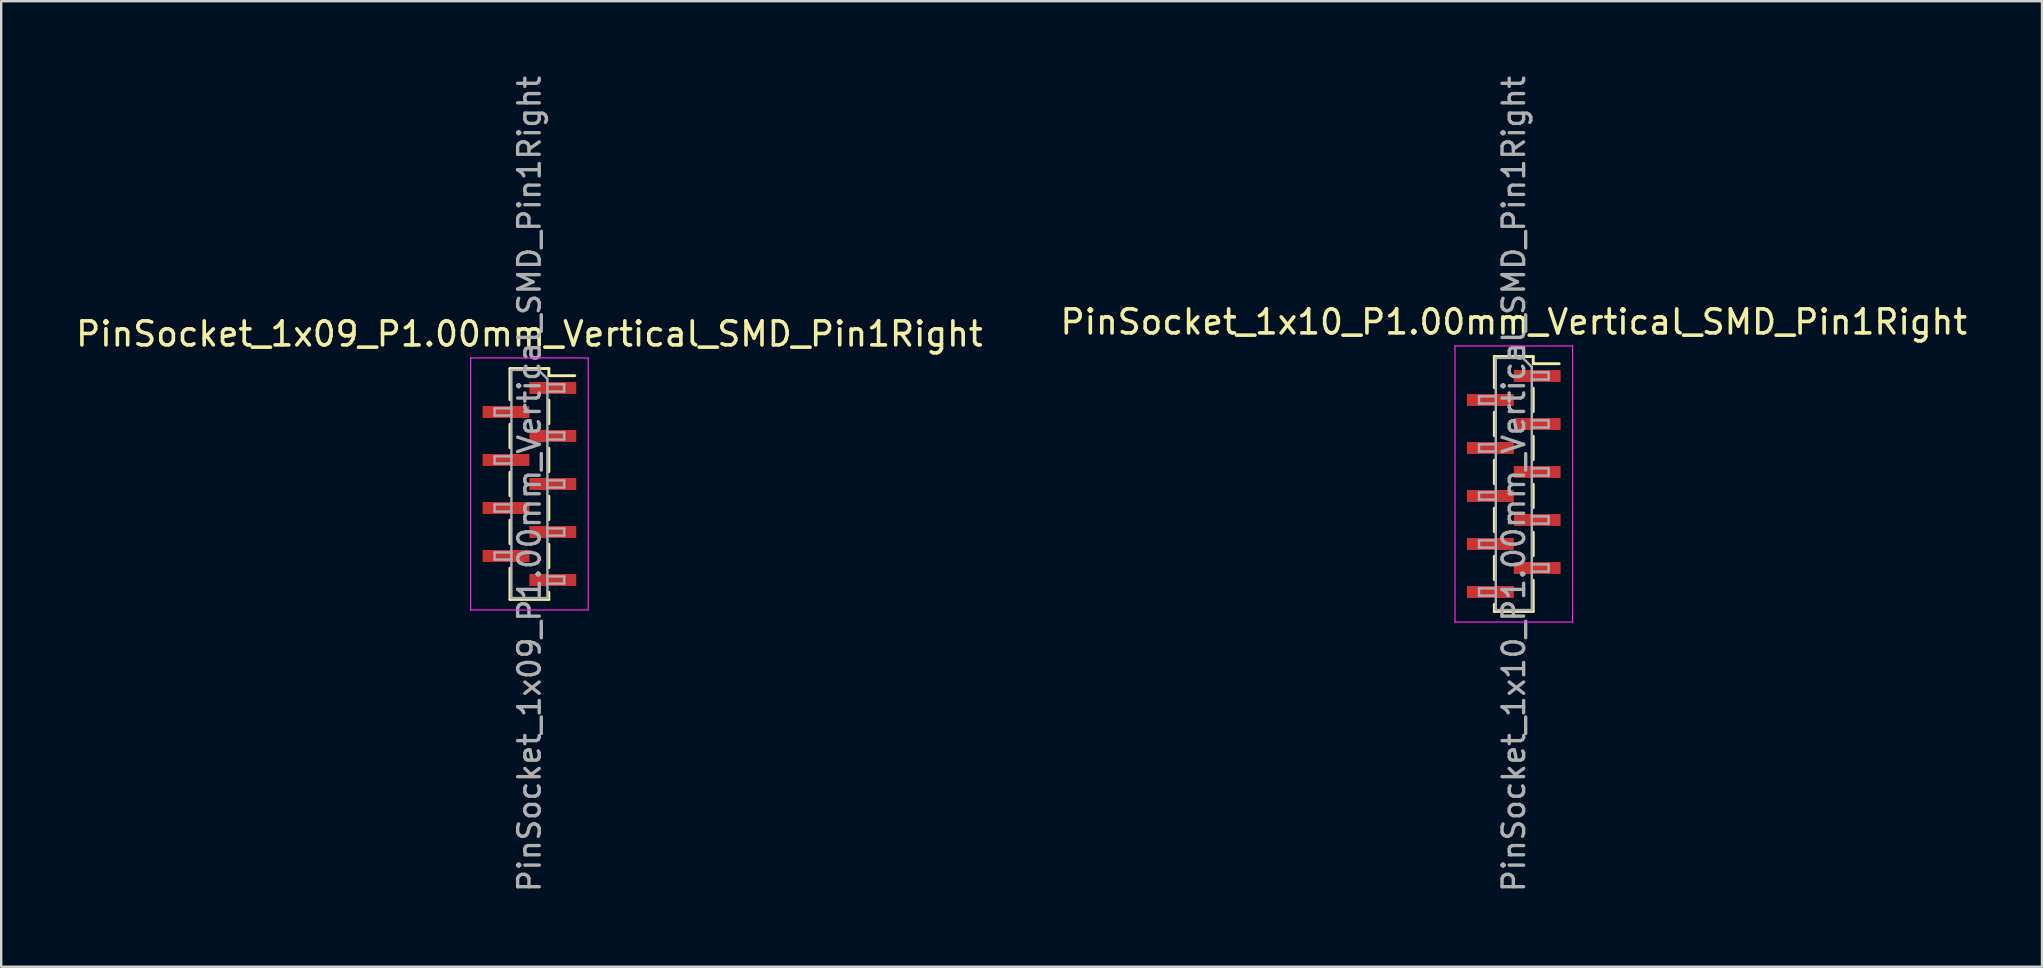
<source format=kicad_pcb>
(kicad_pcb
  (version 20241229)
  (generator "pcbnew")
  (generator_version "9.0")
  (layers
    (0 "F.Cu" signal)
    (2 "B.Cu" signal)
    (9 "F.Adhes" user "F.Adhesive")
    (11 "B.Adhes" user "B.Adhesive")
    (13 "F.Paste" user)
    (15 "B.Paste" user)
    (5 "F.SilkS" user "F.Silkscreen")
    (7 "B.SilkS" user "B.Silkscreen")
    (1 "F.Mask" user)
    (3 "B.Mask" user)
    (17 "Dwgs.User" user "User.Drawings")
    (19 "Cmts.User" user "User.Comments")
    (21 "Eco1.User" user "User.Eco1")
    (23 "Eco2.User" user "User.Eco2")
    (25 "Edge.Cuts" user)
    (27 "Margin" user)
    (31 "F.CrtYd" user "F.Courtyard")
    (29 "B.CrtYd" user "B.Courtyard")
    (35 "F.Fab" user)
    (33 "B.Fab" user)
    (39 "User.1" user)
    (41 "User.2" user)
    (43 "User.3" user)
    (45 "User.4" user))
  (footprint "PinSocket_1x09_P1.00mm_Vertical_SMD_Pin1Right"
    (layer "F.Cu")
    (at 19.006 17.113)
    (property "Reference" "PinSocket_1x09_P1.00mm_Vertical_SMD_Pin1Right" (at 0 -6.25 0) (layer "F.SilkS") (effects (font (size 1 1) (thickness 0.15))))
    (attr smd)
    (fp_line (start -0.81 -4.81) (end -0.81 -3.51) (stroke (width 0.12) (type solid)) (layer "F.SilkS"))
    (fp_line (start -0.81 -4.81) (end 0.81 -4.81) (stroke (width 0.12) (type solid)) (layer "F.SilkS"))
    (fp_line (start -0.81 -2.49) (end -0.81 -1.51) (stroke (width 0.12) (type solid)) (layer "F.SilkS"))
    (fp_line (start -0.81 -0.49) (end -0.81 0.49) (stroke (width 0.12) (type solid)) (layer "F.SilkS"))
    (fp_line (start -0.81 1.51) (end -0.81 2.49) (stroke (width 0.12) (type solid)) (layer "F.SilkS"))
    (fp_line (start -0.81 3.51) (end -0.81 4.81) (stroke (width 0.12) (type solid)) (layer "F.SilkS"))
    (fp_line (start -0.81 4.81) (end 0.81 4.81) (stroke (width 0.12) (type solid)) (layer "F.SilkS"))
    (fp_line (start 0.81 -4.81) (end 0.81 -4.51) (stroke (width 0.12) (type solid)) (layer "F.SilkS"))
    (fp_line (start 0.81 -4.51) (end 1.89 -4.51) (stroke (width 0.12) (type solid)) (layer "F.SilkS"))
    (fp_line (start 0.81 -3.49) (end 0.81 -2.51) (stroke (width 0.12) (type solid)) (layer "F.SilkS"))
    (fp_line (start 0.81 -1.49) (end 0.81 -0.51) (stroke (width 0.12) (type solid)) (layer "F.SilkS"))
    (fp_line (start 0.81 0.51) (end 0.81 1.49) (stroke (width 0.12) (type solid)) (layer "F.SilkS"))
    (fp_line (start 0.81 2.51) (end 0.81 3.49) (stroke (width 0.12) (type solid)) (layer "F.SilkS"))
    (fp_line (start 0.81 4.51) (end 0.81 4.81) (stroke (width 0.12) (type solid)) (layer "F.SilkS"))
    (fp_line (start -2.45 -5.25) (end 2.45 -5.25) (stroke (width 0.05) (type solid)) (layer "F.CrtYd"))
    (fp_line (start -2.45 5.25) (end -2.45 -5.25) (stroke (width 0.05) (type solid)) (layer "F.CrtYd"))
    (fp_line (start 2.45 -5.25) (end 2.45 5.25) (stroke (width 0.05) (type solid)) (layer "F.CrtYd"))
    (fp_line (start 2.45 5.25) (end -2.45 5.25) (stroke (width 0.05) (type solid)) (layer "F.CrtYd"))
    (fp_line (start -1.45 -3.15) (end -0.75 -3.15) (stroke (width 0.1) (type solid)) (layer "F.Fab"))
    (fp_line (start -1.45 -2.85) (end -1.45 -3.15) (stroke (width 0.1) (type solid)) (layer "F.Fab"))
    (fp_line (start -1.45 -1.15) (end -0.75 -1.15) (stroke (width 0.1) (type solid)) (layer "F.Fab"))
    (fp_line (start -1.45 -0.85) (end -1.45 -1.15) (stroke (width 0.1) (type solid)) (layer "F.Fab"))
    (fp_line (start -1.45 0.85) (end -0.75 0.85) (stroke (width 0.1) (type solid)) (layer "F.Fab"))
    (fp_line (start -1.45 1.15) (end -1.45 0.85) (stroke (width 0.1) (type solid)) (layer "F.Fab"))
    (fp_line (start -1.45 2.85) (end -0.75 2.85) (stroke (width 0.1) (type solid)) (layer "F.Fab"))
    (fp_line (start -1.45 3.15) (end -1.45 2.85) (stroke (width 0.1) (type solid)) (layer "F.Fab"))
    (fp_line (start -0.75 -4.75) (end 0.375 -4.75) (stroke (width 0.1) (type solid)) (layer "F.Fab"))
    (fp_line (start -0.75 -2.85) (end -1.45 -2.85) (stroke (width 0.1) (type solid)) (layer "F.Fab"))
    (fp_line (start -0.75 -0.85) (end -1.45 -0.85) (stroke (width 0.1) (type solid)) (layer "F.Fab"))
    (fp_line (start -0.75 1.15) (end -1.45 1.15) (stroke (width 0.1) (type solid)) (layer "F.Fab"))
    (fp_line (start -0.75 3.15) (end -1.45 3.15) (stroke (width 0.1) (type solid)) (layer "F.Fab"))
    (fp_line (start -0.75 4.75) (end -0.75 -4.75) (stroke (width 0.1) (type solid)) (layer "F.Fab"))
    (fp_line (start 0.375 -4.75) (end 0.75 -4.375) (stroke (width 0.1) (type solid)) (layer "F.Fab"))
    (fp_line (start 0.75 -4.375) (end 0.75 4.75) (stroke (width 0.1) (type solid)) (layer "F.Fab"))
    (fp_line (start 0.75 -4.15) (end 1.45 -4.15) (stroke (width 0.1) (type solid)) (layer "F.Fab"))
    (fp_line (start 0.75 -2.15) (end 1.45 -2.15) (stroke (width 0.1) (type solid)) (layer "F.Fab"))
    (fp_line (start 0.75 -0.15) (end 1.45 -0.15) (stroke (width 0.1) (type solid)) (layer "F.Fab"))
    (fp_line (start 0.75 1.85) (end 1.45 1.85) (stroke (width 0.1) (type solid)) (layer "F.Fab"))
    (fp_line (start 0.75 3.85) (end 1.45 3.85) (stroke (width 0.1) (type solid)) (layer "F.Fab"))
    (fp_line (start 0.75 4.75) (end -0.75 4.75) (stroke (width 0.1) (type solid)) (layer "F.Fab"))
    (fp_line (start 1.45 -4.15) (end 1.45 -3.85) (stroke (width 0.1) (type solid)) (layer "F.Fab"))
    (fp_line (start 1.45 -3.85) (end 0.75 -3.85) (stroke (width 0.1) (type solid)) (layer "F.Fab"))
    (fp_line (start 1.45 -2.15) (end 1.45 -1.85) (stroke (width 0.1) (type solid)) (layer "F.Fab"))
    (fp_line (start 1.45 -1.85) (end 0.75 -1.85) (stroke (width 0.1) (type solid)) (layer "F.Fab"))
    (fp_line (start 1.45 -0.15) (end 1.45 0.15) (stroke (width 0.1) (type solid)) (layer "F.Fab"))
    (fp_line (start 1.45 0.15) (end 0.75 0.15) (stroke (width 0.1) (type solid)) (layer "F.Fab"))
    (fp_line (start 1.45 1.85) (end 1.45 2.15) (stroke (width 0.1) (type solid)) (layer "F.Fab"))
    (fp_line (start 1.45 2.15) (end 0.75 2.15) (stroke (width 0.1) (type solid)) (layer "F.Fab"))
    (fp_line (start 1.45 3.85) (end 1.45 4.15) (stroke (width 0.1) (type solid)) (layer "F.Fab"))
    (fp_line (start 1.45 4.15) (end 0.75 4.15) (stroke (width 0.1) (type solid)) (layer "F.Fab"))
    (fp_text user "${REFERENCE}" (at 0 0 90) (layer "F.Fab") (effects (font (size 0.9 0.9) (thickness 0.14))))
    (pad "1" smd rect (at 0.975 -4) (size 1.95 0.5) (layers "F.Cu" "F.Mask" "F.Paste"))
    (pad "2" smd rect (at -0.975 -3) (size 1.95 0.5) (layers "F.Cu" "F.Mask" "F.Paste"))
    (pad "3" smd rect (at 0.975 -2) (size 1.95 0.5) (layers "F.Cu" "F.Mask" "F.Paste"))
    (pad "4" smd rect (at -0.975 -1) (size 1.95 0.5) (layers "F.Cu" "F.Mask" "F.Paste"))
    (pad "5" smd rect (at 0.975 0) (size 1.95 0.5) (layers "F.Cu" "F.Mask" "F.Paste"))
    (pad "6" smd rect (at -0.975 1) (size 1.95 0.5) (layers "F.Cu" "F.Mask" "F.Paste"))
    (pad "7" smd rect (at 0.975 2) (size 1.95 0.5) (layers "F.Cu" "F.Mask" "F.Paste"))
    (pad "8" smd rect (at -0.975 3) (size 1.95 0.5) (layers "F.Cu" "F.Mask" "F.Paste"))
    (pad "9" smd rect (at 0.975 4) (size 1.95 0.5) (layers "F.Cu" "F.Mask" "F.Paste")))
  (footprint "PinSocket_1x10_P1.00mm_Vertical_SMD_Pin1Right"
    (layer "F.Cu")
    (at 60.018 17.113)
    (property "Reference" "PinSocket_1x10_P1.00mm_Vertical_SMD_Pin1Right" (at 0 -6.75 0) (layer "F.SilkS") (effects (font (size 1 1) (thickness 0.15))))
    (attr smd)
    (fp_line (start -0.81 -5.31) (end -0.81 -4.01) (stroke (width 0.12) (type solid)) (layer "F.SilkS"))
    (fp_line (start -0.81 -5.31) (end 0.81 -5.31) (stroke (width 0.12) (type solid)) (layer "F.SilkS"))
    (fp_line (start -0.81 -2.99) (end -0.81 -2.01) (stroke (width 0.12) (type solid)) (layer "F.SilkS"))
    (fp_line (start -0.81 -0.99) (end -0.81 -0.01) (stroke (width 0.12) (type solid)) (layer "F.SilkS"))
    (fp_line (start -0.81 1.01) (end -0.81 1.99) (stroke (width 0.12) (type solid)) (layer "F.SilkS"))
    (fp_line (start -0.81 3.01) (end -0.81 3.99) (stroke (width 0.12) (type solid)) (layer "F.SilkS"))
    (fp_line (start -0.81 5.01) (end -0.81 5.31) (stroke (width 0.12) (type solid)) (layer "F.SilkS"))
    (fp_line (start -0.81 5.31) (end 0.81 5.31) (stroke (width 0.12) (type solid)) (layer "F.SilkS"))
    (fp_line (start 0.81 -5.31) (end 0.81 -5.01) (stroke (width 0.12) (type solid)) (layer "F.SilkS"))
    (fp_line (start 0.81 -5.01) (end 1.89 -5.01) (stroke (width 0.12) (type solid)) (layer "F.SilkS"))
    (fp_line (start 0.81 -3.99) (end 0.81 -3.01) (stroke (width 0.12) (type solid)) (layer "F.SilkS"))
    (fp_line (start 0.81 -1.99) (end 0.81 -1.01) (stroke (width 0.12) (type solid)) (layer "F.SilkS"))
    (fp_line (start 0.81 0.01) (end 0.81 0.99) (stroke (width 0.12) (type solid)) (layer "F.SilkS"))
    (fp_line (start 0.81 2.01) (end 0.81 2.99) (stroke (width 0.12) (type solid)) (layer "F.SilkS"))
    (fp_line (start 0.81 4.01) (end 0.81 5.31) (stroke (width 0.12) (type solid)) (layer "F.SilkS"))
    (fp_line (start -2.45 -5.75) (end 2.45 -5.75) (stroke (width 0.05) (type solid)) (layer "F.CrtYd"))
    (fp_line (start -2.45 5.75) (end -2.45 -5.75) (stroke (width 0.05) (type solid)) (layer "F.CrtYd"))
    (fp_line (start 2.45 -5.75) (end 2.45 5.75) (stroke (width 0.05) (type solid)) (layer "F.CrtYd"))
    (fp_line (start 2.45 5.75) (end -2.45 5.75) (stroke (width 0.05) (type solid)) (layer "F.CrtYd"))
    (fp_line (start -1.45 -3.65) (end -0.75 -3.65) (stroke (width 0.1) (type solid)) (layer "F.Fab"))
    (fp_line (start -1.45 -3.35) (end -1.45 -3.65) (stroke (width 0.1) (type solid)) (layer "F.Fab"))
    (fp_line (start -1.45 -1.65) (end -0.75 -1.65) (stroke (width 0.1) (type solid)) (layer "F.Fab"))
    (fp_line (start -1.45 -1.35) (end -1.45 -1.65) (stroke (width 0.1) (type solid)) (layer "F.Fab"))
    (fp_line (start -1.45 0.35) (end -0.75 0.35) (stroke (width 0.1) (type solid)) (layer "F.Fab"))
    (fp_line (start -1.45 0.65) (end -1.45 0.35) (stroke (width 0.1) (type solid)) (layer "F.Fab"))
    (fp_line (start -1.45 2.35) (end -0.75 2.35) (stroke (width 0.1) (type solid)) (layer "F.Fab"))
    (fp_line (start -1.45 2.65) (end -1.45 2.35) (stroke (width 0.1) (type solid)) (layer "F.Fab"))
    (fp_line (start -1.45 4.35) (end -0.75 4.35) (stroke (width 0.1) (type solid)) (layer "F.Fab"))
    (fp_line (start -1.45 4.65) (end -1.45 4.35) (stroke (width 0.1) (type solid)) (layer "F.Fab"))
    (fp_line (start -0.75 -5.25) (end 0.375 -5.25) (stroke (width 0.1) (type solid)) (layer "F.Fab"))
    (fp_line (start -0.75 -3.35) (end -1.45 -3.35) (stroke (width 0.1) (type solid)) (layer "F.Fab"))
    (fp_line (start -0.75 -1.35) (end -1.45 -1.35) (stroke (width 0.1) (type solid)) (layer "F.Fab"))
    (fp_line (start -0.75 0.65) (end -1.45 0.65) (stroke (width 0.1) (type solid)) (layer "F.Fab"))
    (fp_line (start -0.75 2.65) (end -1.45 2.65) (stroke (width 0.1) (type solid)) (layer "F.Fab"))
    (fp_line (start -0.75 4.65) (end -1.45 4.65) (stroke (width 0.1) (type solid)) (layer "F.Fab"))
    (fp_line (start -0.75 5.25) (end -0.75 -5.25) (stroke (width 0.1) (type solid)) (layer "F.Fab"))
    (fp_line (start 0.375 -5.25) (end 0.75 -4.875) (stroke (width 0.1) (type solid)) (layer "F.Fab"))
    (fp_line (start 0.75 -4.875) (end 0.75 5.25) (stroke (width 0.1) (type solid)) (layer "F.Fab"))
    (fp_line (start 0.75 -4.65) (end 1.45 -4.65) (stroke (width 0.1) (type solid)) (layer "F.Fab"))
    (fp_line (start 0.75 -2.65) (end 1.45 -2.65) (stroke (width 0.1) (type solid)) (layer "F.Fab"))
    (fp_line (start 0.75 -0.65) (end 1.45 -0.65) (stroke (width 0.1) (type solid)) (layer "F.Fab"))
    (fp_line (start 0.75 1.35) (end 1.45 1.35) (stroke (width 0.1) (type solid)) (layer "F.Fab"))
    (fp_line (start 0.75 3.35) (end 1.45 3.35) (stroke (width 0.1) (type solid)) (layer "F.Fab"))
    (fp_line (start 0.75 5.25) (end -0.75 5.25) (stroke (width 0.1) (type solid)) (layer "F.Fab"))
    (fp_line (start 1.45 -4.65) (end 1.45 -4.35) (stroke (width 0.1) (type solid)) (layer "F.Fab"))
    (fp_line (start 1.45 -4.35) (end 0.75 -4.35) (stroke (width 0.1) (type solid)) (layer "F.Fab"))
    (fp_line (start 1.45 -2.65) (end 1.45 -2.35) (stroke (width 0.1) (type solid)) (layer "F.Fab"))
    (fp_line (start 1.45 -2.35) (end 0.75 -2.35) (stroke (width 0.1) (type solid)) (layer "F.Fab"))
    (fp_line (start 1.45 -0.65) (end 1.45 -0.35) (stroke (width 0.1) (type solid)) (layer "F.Fab"))
    (fp_line (start 1.45 -0.35) (end 0.75 -0.35) (stroke (width 0.1) (type solid)) (layer "F.Fab"))
    (fp_line (start 1.45 1.35) (end 1.45 1.65) (stroke (width 0.1) (type solid)) (layer "F.Fab"))
    (fp_line (start 1.45 1.65) (end 0.75 1.65) (stroke (width 0.1) (type solid)) (layer "F.Fab"))
    (fp_line (start 1.45 3.35) (end 1.45 3.65) (stroke (width 0.1) (type solid)) (layer "F.Fab"))
    (fp_line (start 1.45 3.65) (end 0.75 3.65) (stroke (width 0.1) (type solid)) (layer "F.Fab"))
    (fp_text user "${REFERENCE}" (at 0 0 90) (layer "F.Fab") (effects (font (size 0.9 0.9) (thickness 0.14))))
    (pad "1" smd rect (at 0.975 -4.5) (size 1.95 0.5) (layers "F.Cu" "F.Mask" "F.Paste"))
    (pad "2" smd rect (at -0.975 -3.5) (size 1.95 0.5) (layers "F.Cu" "F.Mask" "F.Paste"))
    (pad "3" smd rect (at 0.975 -2.5) (size 1.95 0.5) (layers "F.Cu" "F.Mask" "F.Paste"))
    (pad "4" smd rect (at -0.975 -1.5) (size 1.95 0.5) (layers "F.Cu" "F.Mask" "F.Paste"))
    (pad "5" smd rect (at 0.975 -0.5) (size 1.95 0.5) (layers "F.Cu" "F.Mask" "F.Paste"))
    (pad "6" smd rect (at -0.975 0.5) (size 1.95 0.5) (layers "F.Cu" "F.Mask" "F.Paste"))
    (pad "7" smd rect (at 0.975 1.5) (size 1.95 0.5) (layers "F.Cu" "F.Mask" "F.Paste"))
    (pad "8" smd rect (at -0.975 2.5) (size 1.95 0.5) (layers "F.Cu" "F.Mask" "F.Paste"))
    (pad "9" smd rect (at 0.975 3.5) (size 1.95 0.5) (layers "F.Cu" "F.Mask" "F.Paste"))
    (pad "10" smd rect (at -0.975 4.5) (size 1.95 0.5) (layers "F.Cu" "F.Mask" "F.Paste")))
  (gr_rect
    (start -3 -3)
    (end 82.024 37.226)
    (stroke (width 0.1) (type default))
    (fill no)
    (layer "Edge.Cuts")))
</source>
